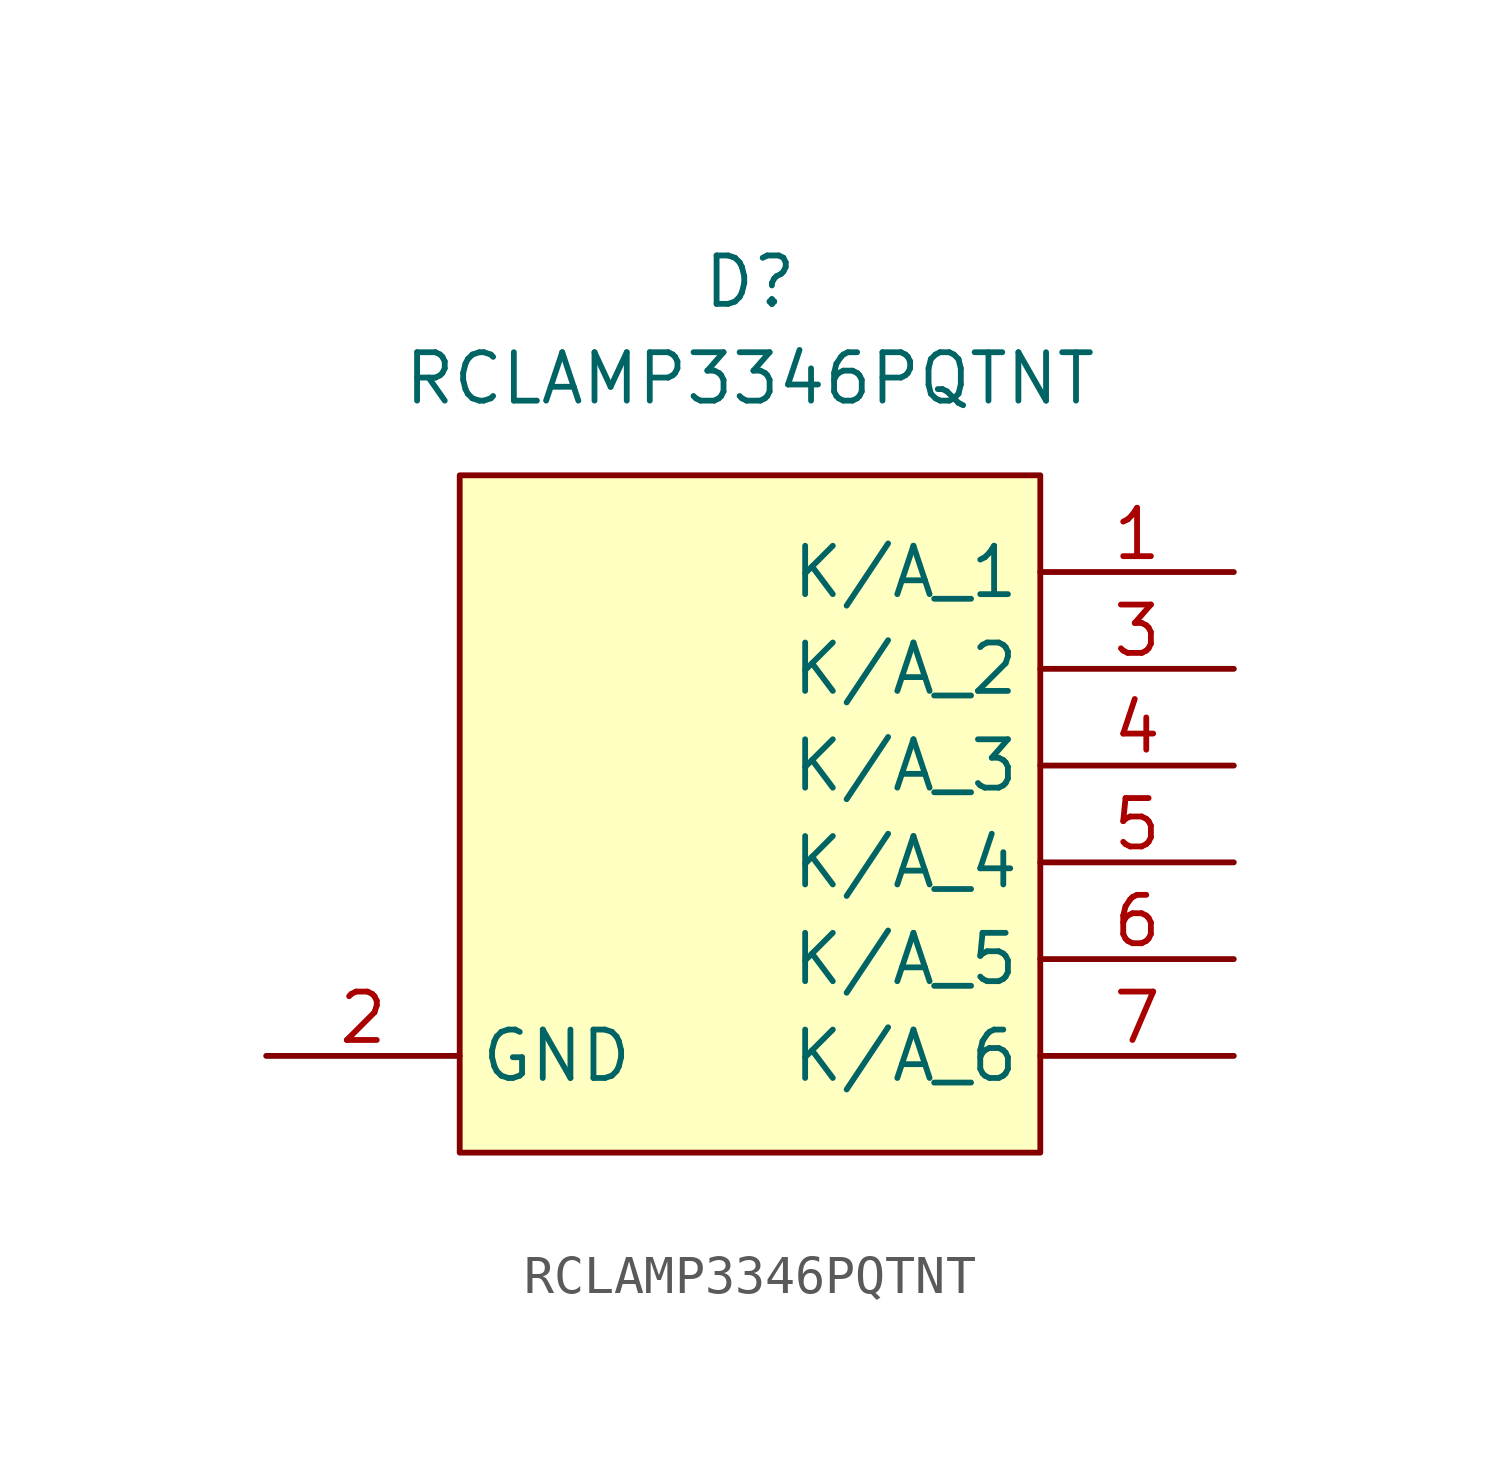
<source format=kicad_sym>
(kicad_symbol_lib
  (version 20241209)
  (generator "kicad_symbol_editor")
  (generator_version "9.0")
  (symbol "RCLAMP3346PQTNT"
    (property "Reference" "D"
      (at 0 5.08 0)
      (effects (font (size 1.27 1.27))))
    (property "Value" "RCLAMP3346PQTNT"
      (at 0 2.54 0)
      (effects (font (size 1.27 1.27))))
    (symbol "RCLAMP3346PQTNT_1_1"
      (rectangle (start -7.62 0) (end 7.62 -17.78) (stroke (width 0) (type solid)) (fill (type background)))
      (pin passive line (at -12.7 -15.24 0) (length 5.08) (name "GND" (effects (font (size 1.27 1.27)))) (number "2" (effects (font (size 1.27 1.27)))))
      (pin passive line (at 12.7 -2.54 180) (length 5.08) (name "K/A_1" (effects (font (size 1.27 1.27)))) (number "1" (effects (font (size 1.27 1.27)))))
      (pin passive line (at 12.7 -5.08 180) (length 5.08) (name "K/A_2" (effects (font (size 1.27 1.27)))) (number "3" (effects (font (size 1.27 1.27)))))
      (pin passive line (at 12.7 -7.62 180) (length 5.08) (name "K/A_3" (effects (font (size 1.27 1.27)))) (number "4" (effects (font (size 1.27 1.27)))))
      (pin passive line (at 12.7 -10.16 180) (length 5.08) (name "K/A_4" (effects (font (size 1.27 1.27)))) (number "5" (effects (font (size 1.27 1.27)))))
      (pin passive line (at 12.7 -12.7 180) (length 5.08) (name "K/A_5" (effects (font (size 1.27 1.27)))) (number "6" (effects (font (size 1.27 1.27)))))
      (pin passive line (at 12.7 -15.24 180) (length 5.08) (name "K/A_6" (effects (font (size 1.27 1.27)))) (number "7" (effects (font (size 1.27 1.27))))))))
</source>
